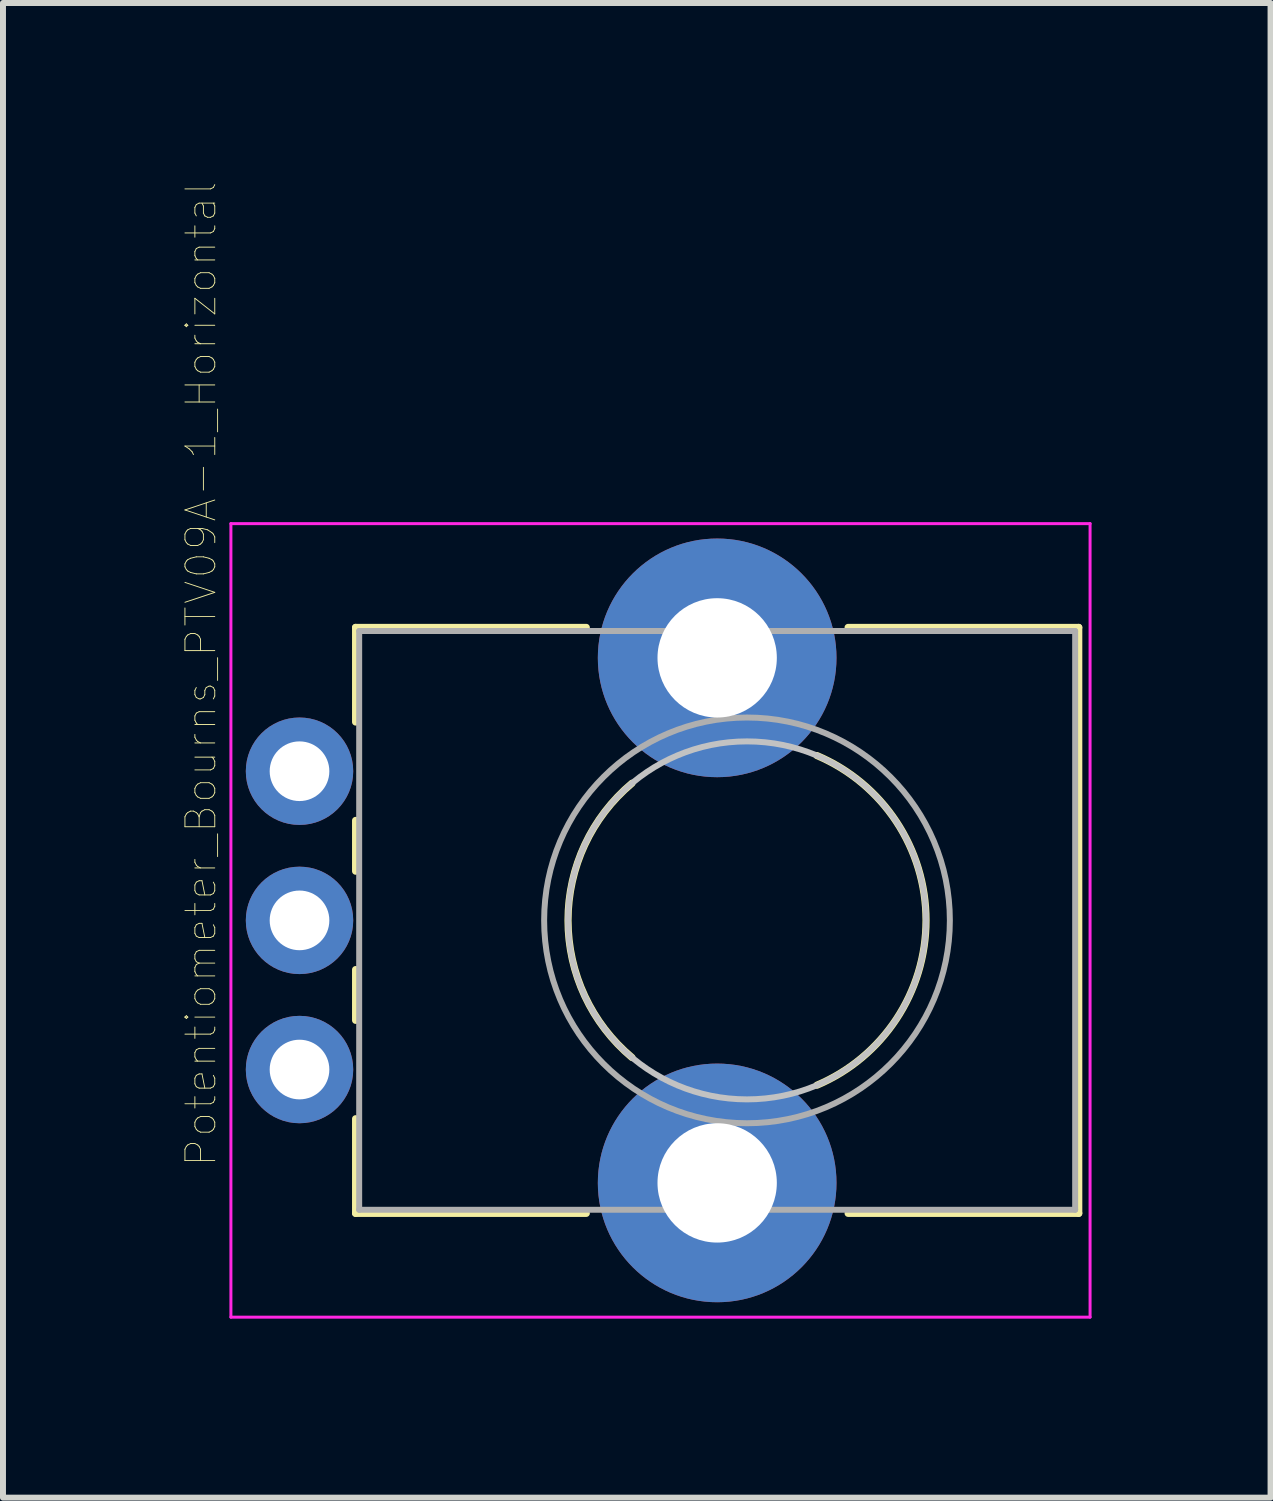
<source format=kicad_pcb>
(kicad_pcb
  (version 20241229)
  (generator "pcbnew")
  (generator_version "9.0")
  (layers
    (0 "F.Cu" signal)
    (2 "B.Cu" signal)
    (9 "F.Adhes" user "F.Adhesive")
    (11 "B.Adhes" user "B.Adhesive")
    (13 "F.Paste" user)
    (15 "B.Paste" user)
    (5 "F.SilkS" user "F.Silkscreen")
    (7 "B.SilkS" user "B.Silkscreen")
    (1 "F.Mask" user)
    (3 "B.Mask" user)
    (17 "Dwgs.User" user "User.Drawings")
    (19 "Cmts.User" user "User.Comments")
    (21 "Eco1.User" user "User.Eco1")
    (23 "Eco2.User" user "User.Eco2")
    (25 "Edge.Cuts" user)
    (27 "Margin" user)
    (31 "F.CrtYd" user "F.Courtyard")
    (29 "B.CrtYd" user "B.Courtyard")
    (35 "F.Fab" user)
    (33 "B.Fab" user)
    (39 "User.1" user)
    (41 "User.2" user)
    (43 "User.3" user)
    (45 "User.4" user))
  (footprint "Potentiometer_Bourns_PTV09A-1_Horizontal"
    (layer "F.Cu")
    (at 1.97 14.876)
    (property "Reference" "Potentiometer_Bourns_PTV09A-1_Horizontal" (at -1.651 -6.629 90) (layer "F.SilkS") (effects (font (size 0.5 0.5) (thickness 0.015))))
    (attr through_hole)
    (fp_line (start 0.94 -7.41) (end 0.94 -5.825) (stroke (width 0.12) (type solid)) (layer "F.SilkS"))
    (fp_line (start 0.94 -7.41) (end 4.806 -7.41) (stroke (width 0.12) (type solid)) (layer "F.SilkS"))
    (fp_line (start 0.94 -4.175) (end 0.94 -3.325) (stroke (width 0.12) (type solid)) (layer "F.SilkS"))
    (fp_line (start 0.94 -1.675) (end 0.94 -0.825) (stroke (width 0.12) (type solid)) (layer "F.SilkS"))
    (fp_line (start 0.94 0.825) (end 0.94 2.41) (stroke (width 0.12) (type solid)) (layer "F.SilkS"))
    (fp_line (start 0.94 2.41) (end 4.806 2.41) (stroke (width 0.12) (type solid)) (layer "F.SilkS"))
    (fp_line (start 9.195 -7.41) (end 13.06 -7.41) (stroke (width 0.12) (type solid)) (layer "F.SilkS"))
    (fp_line (start 9.195 2.41) (end 13.06 2.41) (stroke (width 0.12) (type solid)) (layer "F.SilkS"))
    (fp_line (start 13.06 -7.41) (end 13.06 2.41) (stroke (width 0.12) (type solid)) (layer "F.SilkS"))
    (fp_arc (start 5.571705 -0.202247) (mid 4.500335 -2.500192) (end 5.572 -4.798) (stroke (width 0.12) (type solid)) (layer "F.SilkS"))
    (fp_arc (start 8.671982 -5.262432) (mid 10.500762 -2.500553) (end 8.673 0.262) (stroke (width 0.12) (type solid)) (layer "F.SilkS"))
    (fp_circle (center 7.5 -2.5) (end 10.5 -2.5) (stroke (width 0.1) (type solid)) (fill no) (layer "Dwgs.User"))
    (fp_line (start -1.15 -9.15) (end -1.15 4.15) (stroke (width 0.05) (type solid)) (layer "F.CrtYd"))
    (fp_line (start -1.15 4.15) (end 13.25 4.15) (stroke (width 0.05) (type solid)) (layer "F.CrtYd"))
    (fp_line (start 13.25 -9.15) (end -1.15 -9.15) (stroke (width 0.05) (type solid)) (layer "F.CrtYd"))
    (fp_line (start 13.25 4.15) (end 13.25 -9.15) (stroke (width 0.05) (type solid)) (layer "F.CrtYd"))
    (fp_line (start 1 -7.35) (end 1 2.35) (stroke (width 0.1) (type solid)) (layer "F.Fab"))
    (fp_line (start 1 2.35) (end 13 2.35) (stroke (width 0.1) (type solid)) (layer "F.Fab"))
    (fp_line (start 13 -7.35) (end 1 -7.35) (stroke (width 0.1) (type solid)) (layer "F.Fab"))
    (fp_line (start 13 2.35) (end 13 -7.35) (stroke (width 0.1) (type solid)) (layer "F.Fab"))
    (fp_circle (center 7.5 -2.5) (end 10.9 -2.5) (stroke (width 0.1) (type solid)) (fill no) (layer "F.Fab"))
    (pad "" np_thru_hole circle (at 7 -6.9) (size 4 4) (drill 2) (layers "*.Cu" "*.Mask"))
    (pad "" np_thru_hole circle (at 7 1.9) (size 4 4) (drill 2) (layers "*.Cu" "*.Mask"))
    (pad "1" thru_hole circle (at 0 0) (size 1.8 1.8) (drill 1) (layers "*.Cu" "*.Mask"))
    (pad "2" thru_hole circle (at 0 -2.5) (size 1.8 1.8) (drill 1) (layers "*.Cu" "*.Mask"))
    (pad "3" thru_hole circle (at 0 -5) (size 1.8 1.8) (drill 1) (layers "*.Cu" "*.Mask")))
  (gr_rect
    (start -3 -3)
    (end 18.245 22.051)
    (stroke (width 0.1) (type default))
    (fill no)
    (layer "Edge.Cuts")))
</source>
